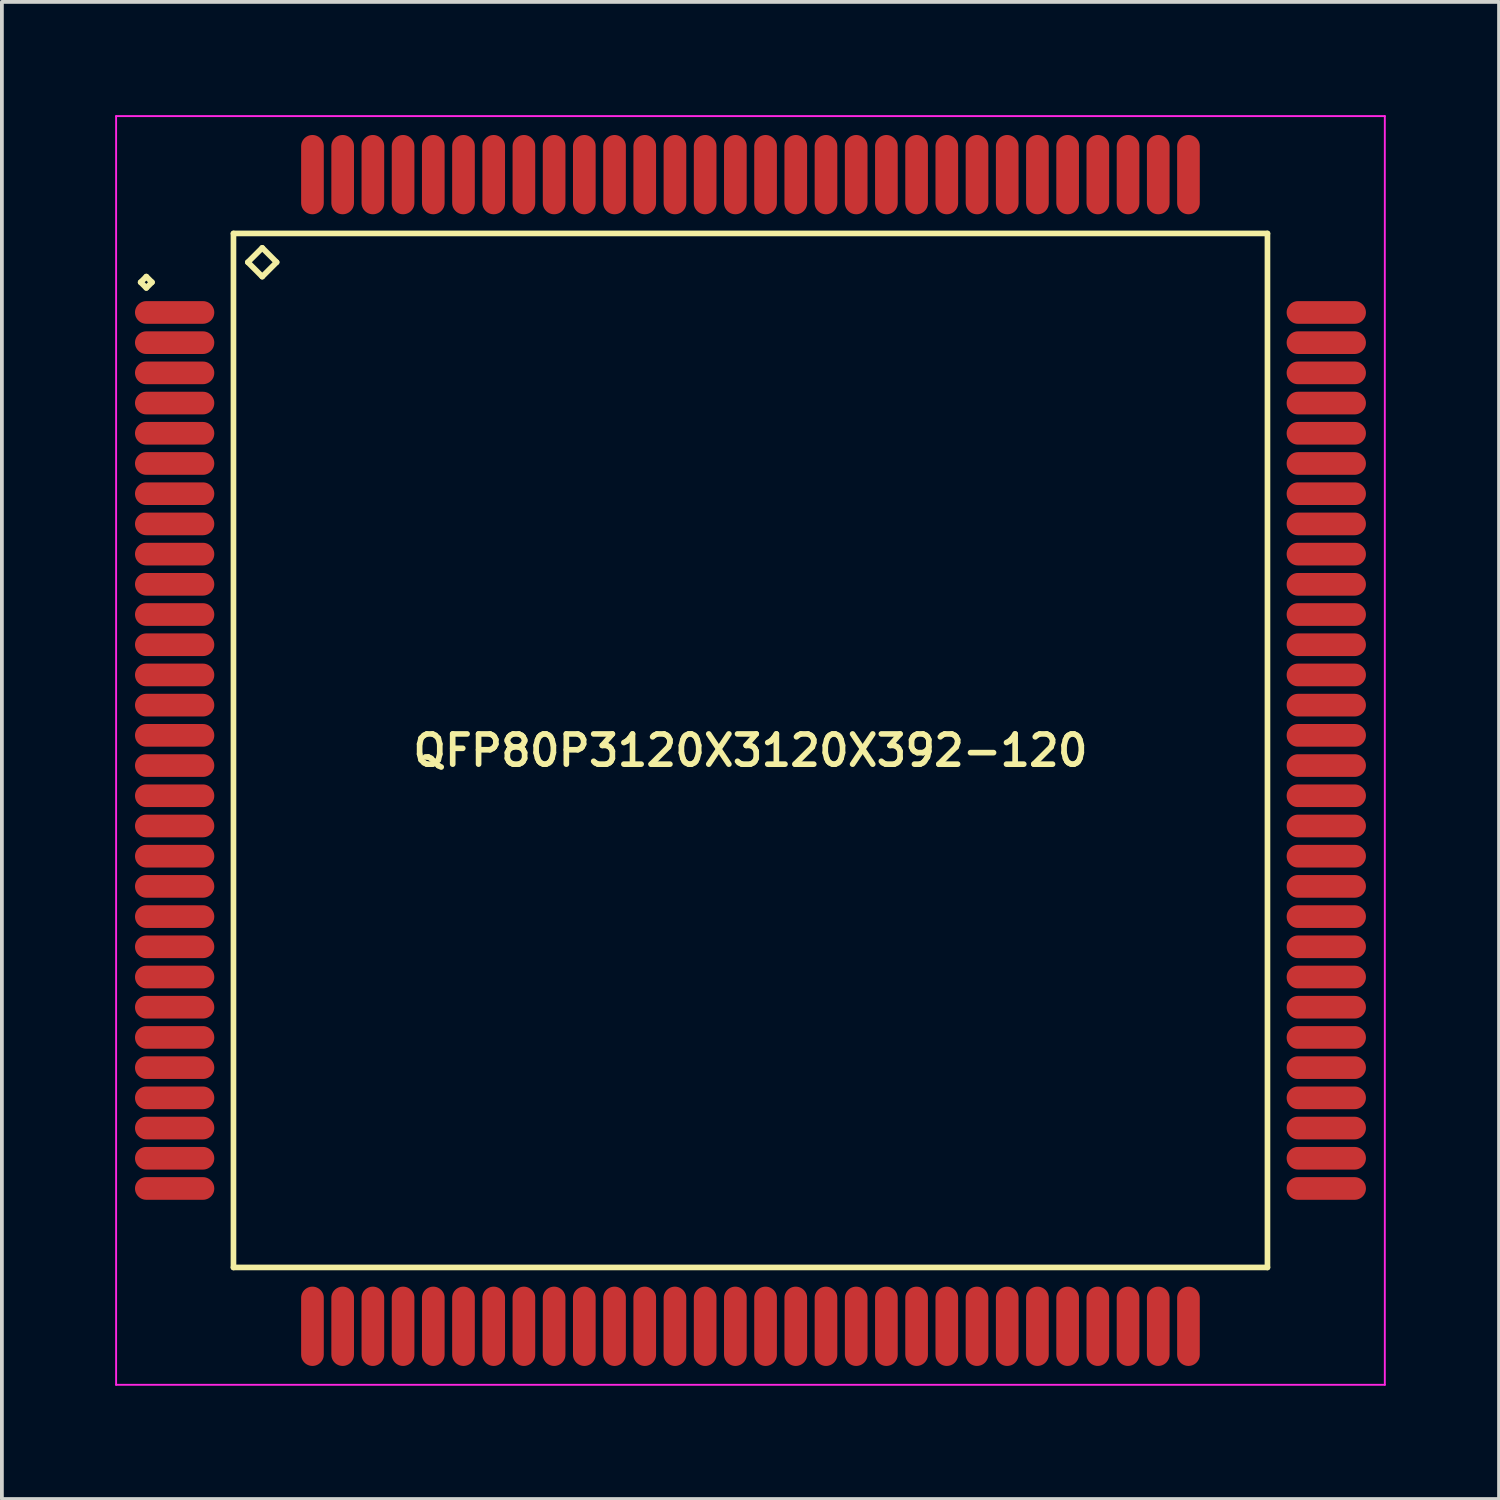
<source format=kicad_pcb>
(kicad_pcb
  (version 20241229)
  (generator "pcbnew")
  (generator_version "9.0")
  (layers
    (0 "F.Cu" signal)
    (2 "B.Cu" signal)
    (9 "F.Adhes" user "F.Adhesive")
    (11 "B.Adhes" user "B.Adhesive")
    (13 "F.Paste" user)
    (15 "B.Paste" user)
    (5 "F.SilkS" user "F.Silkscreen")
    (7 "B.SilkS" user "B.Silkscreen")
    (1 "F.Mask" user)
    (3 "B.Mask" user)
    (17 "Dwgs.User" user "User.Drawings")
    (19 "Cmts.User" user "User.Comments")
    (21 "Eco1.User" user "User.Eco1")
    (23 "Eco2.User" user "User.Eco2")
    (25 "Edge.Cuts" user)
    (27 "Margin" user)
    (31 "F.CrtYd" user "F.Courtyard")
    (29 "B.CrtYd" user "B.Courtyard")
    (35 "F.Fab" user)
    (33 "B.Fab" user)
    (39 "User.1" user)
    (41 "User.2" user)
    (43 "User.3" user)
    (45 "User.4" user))
  (footprint "QFP80P3120X3120X392-120"
    (layer "F.Cu")
    (at 16.825 16.825)
    (property "Reference" "QFP80P3120X3120X392-120" (at 0 0 0) (layer "F.SilkS") (effects (font (size 0.8 0.8) (thickness 0.15))))
    (attr smd)
    (fp_line (start -16.15 -12.4) (end -16 -12.55) (stroke (width 0.15) (type solid)) (layer "F.SilkS"))
    (fp_line (start -16 -12.55) (end -15.85 -12.4) (stroke (width 0.15) (type solid)) (layer "F.SilkS"))
    (fp_line (start -16 -12.25) (end -16.15 -12.4) (stroke (width 0.15) (type solid)) (layer "F.SilkS"))
    (fp_line (start -15.85 -12.4) (end -16 -12.25) (stroke (width 0.15) (type solid)) (layer "F.SilkS"))
    (fp_line (start -13.692 -13.692) (end -13.692 13.692) (stroke (width 0.15) (type solid)) (layer "F.SilkS"))
    (fp_line (start -13.692 13.692) (end 13.692 13.692) (stroke (width 0.15) (type solid)) (layer "F.SilkS"))
    (fp_line (start -13.311 -12.93) (end -12.93 -13.311) (stroke (width 0.15) (type solid)) (layer "F.SilkS"))
    (fp_line (start -12.93 -13.311) (end -12.549 -12.93) (stroke (width 0.15) (type solid)) (layer "F.SilkS"))
    (fp_line (start -12.93 -12.549) (end -13.311 -12.93) (stroke (width 0.15) (type solid)) (layer "F.SilkS"))
    (fp_line (start -12.549 -12.93) (end -12.93 -12.549) (stroke (width 0.15) (type solid)) (layer "F.SilkS"))
    (fp_line (start 13.692 -13.692) (end -13.692 -13.692) (stroke (width 0.15) (type solid)) (layer "F.SilkS"))
    (fp_line (start 13.692 13.692) (end 13.692 -13.692) (stroke (width 0.15) (type solid)) (layer "F.SilkS"))
    (fp_line (start -16.8 -16.8) (end 16.8 -16.8) (stroke (width 0.05) (type solid)) (layer "F.CrtYd"))
    (fp_line (start -16.8 16.8) (end -16.8 -16.8) (stroke (width 0.05) (type solid)) (layer "F.CrtYd"))
    (fp_line (start 16.8 -16.8) (end 16.8 16.8) (stroke (width 0.05) (type solid)) (layer "F.CrtYd"))
    (fp_line (start 16.8 16.8) (end -16.8 16.8) (stroke (width 0.05) (type solid)) (layer "F.CrtYd"))
    (pad "1" smd oval (at -15.25 -11.6) (size 2.1 0.6) (layers "F.Cu" "F.Mask" "F.Paste"))
    (pad "2" smd oval (at -15.25 -10.8) (size 2.1 0.6) (layers "F.Cu" "F.Mask" "F.Paste"))
    (pad "3" smd oval (at -15.25 -10) (size 2.1 0.6) (layers "F.Cu" "F.Mask" "F.Paste"))
    (pad "4" smd oval (at -15.25 -9.2) (size 2.1 0.6) (layers "F.Cu" "F.Mask" "F.Paste"))
    (pad "5" smd oval (at -15.25 -8.4) (size 2.1 0.6) (layers "F.Cu" "F.Mask" "F.Paste"))
    (pad "6" smd oval (at -15.25 -7.6) (size 2.1 0.6) (layers "F.Cu" "F.Mask" "F.Paste"))
    (pad "7" smd oval (at -15.25 -6.8) (size 2.1 0.6) (layers "F.Cu" "F.Mask" "F.Paste"))
    (pad "8" smd oval (at -15.25 -6) (size 2.1 0.6) (layers "F.Cu" "F.Mask" "F.Paste"))
    (pad "9" smd oval (at -15.25 -5.2) (size 2.1 0.6) (layers "F.Cu" "F.Mask" "F.Paste"))
    (pad "10" smd oval (at -15.25 -4.4) (size 2.1 0.6) (layers "F.Cu" "F.Mask" "F.Paste"))
    (pad "11" smd oval (at -15.25 -3.6) (size 2.1 0.6) (layers "F.Cu" "F.Mask" "F.Paste"))
    (pad "12" smd oval (at -15.25 -2.8) (size 2.1 0.6) (layers "F.Cu" "F.Mask" "F.Paste"))
    (pad "13" smd oval (at -15.25 -2) (size 2.1 0.6) (layers "F.Cu" "F.Mask" "F.Paste"))
    (pad "14" smd oval (at -15.25 -1.2) (size 2.1 0.6) (layers "F.Cu" "F.Mask" "F.Paste"))
    (pad "15" smd oval (at -15.25 -0.4) (size 2.1 0.6) (layers "F.Cu" "F.Mask" "F.Paste"))
    (pad "16" smd oval (at -15.25 0.4) (size 2.1 0.6) (layers "F.Cu" "F.Mask" "F.Paste"))
    (pad "17" smd oval (at -15.25 1.2) (size 2.1 0.6) (layers "F.Cu" "F.Mask" "F.Paste"))
    (pad "18" smd oval (at -15.25 2) (size 2.1 0.6) (layers "F.Cu" "F.Mask" "F.Paste"))
    (pad "19" smd oval (at -15.25 2.8) (size 2.1 0.6) (layers "F.Cu" "F.Mask" "F.Paste"))
    (pad "20" smd oval (at -15.25 3.6) (size 2.1 0.6) (layers "F.Cu" "F.Mask" "F.Paste"))
    (pad "21" smd oval (at -15.25 4.4) (size 2.1 0.6) (layers "F.Cu" "F.Mask" "F.Paste"))
    (pad "22" smd oval (at -15.25 5.2) (size 2.1 0.6) (layers "F.Cu" "F.Mask" "F.Paste"))
    (pad "23" smd oval (at -15.25 6) (size 2.1 0.6) (layers "F.Cu" "F.Mask" "F.Paste"))
    (pad "24" smd oval (at -15.25 6.8) (size 2.1 0.6) (layers "F.Cu" "F.Mask" "F.Paste"))
    (pad "25" smd oval (at -15.25 7.6) (size 2.1 0.6) (layers "F.Cu" "F.Mask" "F.Paste"))
    (pad "26" smd oval (at -15.25 8.4) (size 2.1 0.6) (layers "F.Cu" "F.Mask" "F.Paste"))
    (pad "27" smd oval (at -15.25 9.2) (size 2.1 0.6) (layers "F.Cu" "F.Mask" "F.Paste"))
    (pad "28" smd oval (at -15.25 10) (size 2.1 0.6) (layers "F.Cu" "F.Mask" "F.Paste"))
    (pad "29" smd oval (at -15.25 10.8) (size 2.1 0.6) (layers "F.Cu" "F.Mask" "F.Paste"))
    (pad "30" smd oval (at -15.25 11.6) (size 2.1 0.6) (layers "F.Cu" "F.Mask" "F.Paste"))
    (pad "31" smd oval (at -11.6 15.25) (size 0.6 2.1) (layers "F.Cu" "F.Mask" "F.Paste"))
    (pad "32" smd oval (at -10.8 15.25) (size 0.6 2.1) (layers "F.Cu" "F.Mask" "F.Paste"))
    (pad "33" smd oval (at -10 15.25) (size 0.6 2.1) (layers "F.Cu" "F.Mask" "F.Paste"))
    (pad "34" smd oval (at -9.2 15.25) (size 0.6 2.1) (layers "F.Cu" "F.Mask" "F.Paste"))
    (pad "35" smd oval (at -8.4 15.25) (size 0.6 2.1) (layers "F.Cu" "F.Mask" "F.Paste"))
    (pad "36" smd oval (at -7.6 15.25) (size 0.6 2.1) (layers "F.Cu" "F.Mask" "F.Paste"))
    (pad "37" smd oval (at -6.8 15.25) (size 0.6 2.1) (layers "F.Cu" "F.Mask" "F.Paste"))
    (pad "38" smd oval (at -6 15.25) (size 0.6 2.1) (layers "F.Cu" "F.Mask" "F.Paste"))
    (pad "39" smd oval (at -5.2 15.25) (size 0.6 2.1) (layers "F.Cu" "F.Mask" "F.Paste"))
    (pad "40" smd oval (at -4.4 15.25) (size 0.6 2.1) (layers "F.Cu" "F.Mask" "F.Paste"))
    (pad "41" smd oval (at -3.6 15.25) (size 0.6 2.1) (layers "F.Cu" "F.Mask" "F.Paste"))
    (pad "42" smd oval (at -2.8 15.25) (size 0.6 2.1) (layers "F.Cu" "F.Mask" "F.Paste"))
    (pad "43" smd oval (at -2 15.25) (size 0.6 2.1) (layers "F.Cu" "F.Mask" "F.Paste"))
    (pad "44" smd oval (at -1.2 15.25) (size 0.6 2.1) (layers "F.Cu" "F.Mask" "F.Paste"))
    (pad "45" smd oval (at -0.4 15.25) (size 0.6 2.1) (layers "F.Cu" "F.Mask" "F.Paste"))
    (pad "46" smd oval (at 0.4 15.25) (size 0.6 2.1) (layers "F.Cu" "F.Mask" "F.Paste"))
    (pad "47" smd oval (at 1.2 15.25) (size 0.6 2.1) (layers "F.Cu" "F.Mask" "F.Paste"))
    (pad "48" smd oval (at 2 15.25) (size 0.6 2.1) (layers "F.Cu" "F.Mask" "F.Paste"))
    (pad "49" smd oval (at 2.8 15.25) (size 0.6 2.1) (layers "F.Cu" "F.Mask" "F.Paste"))
    (pad "50" smd oval (at 3.6 15.25) (size 0.6 2.1) (layers "F.Cu" "F.Mask" "F.Paste"))
    (pad "51" smd oval (at 4.4 15.25) (size 0.6 2.1) (layers "F.Cu" "F.Mask" "F.Paste"))
    (pad "52" smd oval (at 5.2 15.25) (size 0.6 2.1) (layers "F.Cu" "F.Mask" "F.Paste"))
    (pad "53" smd oval (at 6 15.25) (size 0.6 2.1) (layers "F.Cu" "F.Mask" "F.Paste"))
    (pad "54" smd oval (at 6.8 15.25) (size 0.6 2.1) (layers "F.Cu" "F.Mask" "F.Paste"))
    (pad "55" smd oval (at 7.6 15.25) (size 0.6 2.1) (layers "F.Cu" "F.Mask" "F.Paste"))
    (pad "56" smd oval (at 8.4 15.25) (size 0.6 2.1) (layers "F.Cu" "F.Mask" "F.Paste"))
    (pad "57" smd oval (at 9.2 15.25) (size 0.6 2.1) (layers "F.Cu" "F.Mask" "F.Paste"))
    (pad "58" smd oval (at 10 15.25) (size 0.6 2.1) (layers "F.Cu" "F.Mask" "F.Paste"))
    (pad "59" smd oval (at 10.8 15.25) (size 0.6 2.1) (layers "F.Cu" "F.Mask" "F.Paste"))
    (pad "60" smd oval (at 11.6 15.25) (size 0.6 2.1) (layers "F.Cu" "F.Mask" "F.Paste"))
    (pad "61" smd oval (at 15.25 11.6) (size 2.1 0.6) (layers "F.Cu" "F.Mask" "F.Paste"))
    (pad "62" smd oval (at 15.25 10.8) (size 2.1 0.6) (layers "F.Cu" "F.Mask" "F.Paste"))
    (pad "63" smd oval (at 15.25 10) (size 2.1 0.6) (layers "F.Cu" "F.Mask" "F.Paste"))
    (pad "64" smd oval (at 15.25 9.2) (size 2.1 0.6) (layers "F.Cu" "F.Mask" "F.Paste"))
    (pad "65" smd oval (at 15.25 8.4) (size 2.1 0.6) (layers "F.Cu" "F.Mask" "F.Paste"))
    (pad "66" smd oval (at 15.25 7.6) (size 2.1 0.6) (layers "F.Cu" "F.Mask" "F.Paste"))
    (pad "67" smd oval (at 15.25 6.8) (size 2.1 0.6) (layers "F.Cu" "F.Mask" "F.Paste"))
    (pad "68" smd oval (at 15.25 6) (size 2.1 0.6) (layers "F.Cu" "F.Mask" "F.Paste"))
    (pad "69" smd oval (at 15.25 5.2) (size 2.1 0.6) (layers "F.Cu" "F.Mask" "F.Paste"))
    (pad "70" smd oval (at 15.25 4.4) (size 2.1 0.6) (layers "F.Cu" "F.Mask" "F.Paste"))
    (pad "71" smd oval (at 15.25 3.6) (size 2.1 0.6) (layers "F.Cu" "F.Mask" "F.Paste"))
    (pad "72" smd oval (at 15.25 2.8) (size 2.1 0.6) (layers "F.Cu" "F.Mask" "F.Paste"))
    (pad "73" smd oval (at 15.25 2) (size 2.1 0.6) (layers "F.Cu" "F.Mask" "F.Paste"))
    (pad "74" smd oval (at 15.25 1.2) (size 2.1 0.6) (layers "F.Cu" "F.Mask" "F.Paste"))
    (pad "75" smd oval (at 15.25 0.4) (size 2.1 0.6) (layers "F.Cu" "F.Mask" "F.Paste"))
    (pad "76" smd oval (at 15.25 -0.4) (size 2.1 0.6) (layers "F.Cu" "F.Mask" "F.Paste"))
    (pad "77" smd oval (at 15.25 -1.2) (size 2.1 0.6) (layers "F.Cu" "F.Mask" "F.Paste"))
    (pad "78" smd oval (at 15.25 -2) (size 2.1 0.6) (layers "F.Cu" "F.Mask" "F.Paste"))
    (pad "79" smd oval (at 15.25 -2.8) (size 2.1 0.6) (layers "F.Cu" "F.Mask" "F.Paste"))
    (pad "80" smd oval (at 15.25 -3.6) (size 2.1 0.6) (layers "F.Cu" "F.Mask" "F.Paste"))
    (pad "81" smd oval (at 15.25 -4.4) (size 2.1 0.6) (layers "F.Cu" "F.Mask" "F.Paste"))
    (pad "82" smd oval (at 15.25 -5.2) (size 2.1 0.6) (layers "F.Cu" "F.Mask" "F.Paste"))
    (pad "83" smd oval (at 15.25 -6) (size 2.1 0.6) (layers "F.Cu" "F.Mask" "F.Paste"))
    (pad "84" smd oval (at 15.25 -6.8) (size 2.1 0.6) (layers "F.Cu" "F.Mask" "F.Paste"))
    (pad "85" smd oval (at 15.25 -7.6) (size 2.1 0.6) (layers "F.Cu" "F.Mask" "F.Paste"))
    (pad "86" smd oval (at 15.25 -8.4) (size 2.1 0.6) (layers "F.Cu" "F.Mask" "F.Paste"))
    (pad "87" smd oval (at 15.25 -9.2) (size 2.1 0.6) (layers "F.Cu" "F.Mask" "F.Paste"))
    (pad "88" smd oval (at 15.25 -10) (size 2.1 0.6) (layers "F.Cu" "F.Mask" "F.Paste"))
    (pad "89" smd oval (at 15.25 -10.8) (size 2.1 0.6) (layers "F.Cu" "F.Mask" "F.Paste"))
    (pad "90" smd oval (at 15.25 -11.6) (size 2.1 0.6) (layers "F.Cu" "F.Mask" "F.Paste"))
    (pad "91" smd oval (at 11.6 -15.25) (size 0.6 2.1) (layers "F.Cu" "F.Mask" "F.Paste"))
    (pad "92" smd oval (at 10.8 -15.25) (size 0.6 2.1) (layers "F.Cu" "F.Mask" "F.Paste"))
    (pad "93" smd oval (at 10 -15.25) (size 0.6 2.1) (layers "F.Cu" "F.Mask" "F.Paste"))
    (pad "94" smd oval (at 9.2 -15.25) (size 0.6 2.1) (layers "F.Cu" "F.Mask" "F.Paste"))
    (pad "95" smd oval (at 8.4 -15.25) (size 0.6 2.1) (layers "F.Cu" "F.Mask" "F.Paste"))
    (pad "96" smd oval (at 7.6 -15.25) (size 0.6 2.1) (layers "F.Cu" "F.Mask" "F.Paste"))
    (pad "97" smd oval (at 6.8 -15.25) (size 0.6 2.1) (layers "F.Cu" "F.Mask" "F.Paste"))
    (pad "98" smd oval (at 6 -15.25) (size 0.6 2.1) (layers "F.Cu" "F.Mask" "F.Paste"))
    (pad "99" smd oval (at 5.2 -15.25) (size 0.6 2.1) (layers "F.Cu" "F.Mask" "F.Paste"))
    (pad "100" smd oval (at 4.4 -15.25) (size 0.6 2.1) (layers "F.Cu" "F.Mask" "F.Paste"))
    (pad "101" smd oval (at 3.6 -15.25) (size 0.6 2.1) (layers "F.Cu" "F.Mask" "F.Paste"))
    (pad "102" smd oval (at 2.8 -15.25) (size 0.6 2.1) (layers "F.Cu" "F.Mask" "F.Paste"))
    (pad "103" smd oval (at 2 -15.25) (size 0.6 2.1) (layers "F.Cu" "F.Mask" "F.Paste"))
    (pad "104" smd oval (at 1.2 -15.25) (size 0.6 2.1) (layers "F.Cu" "F.Mask" "F.Paste"))
    (pad "105" smd oval (at 0.4 -15.25) (size 0.6 2.1) (layers "F.Cu" "F.Mask" "F.Paste"))
    (pad "106" smd oval (at -0.4 -15.25) (size 0.6 2.1) (layers "F.Cu" "F.Mask" "F.Paste"))
    (pad "107" smd oval (at -1.2 -15.25) (size 0.6 2.1) (layers "F.Cu" "F.Mask" "F.Paste"))
    (pad "108" smd oval (at -2 -15.25) (size 0.6 2.1) (layers "F.Cu" "F.Mask" "F.Paste"))
    (pad "109" smd oval (at -2.8 -15.25) (size 0.6 2.1) (layers "F.Cu" "F.Mask" "F.Paste"))
    (pad "110" smd oval (at -3.6 -15.25) (size 0.6 2.1) (layers "F.Cu" "F.Mask" "F.Paste"))
    (pad "111" smd oval (at -4.4 -15.25) (size 0.6 2.1) (layers "F.Cu" "F.Mask" "F.Paste"))
    (pad "112" smd oval (at -5.2 -15.25) (size 0.6 2.1) (layers "F.Cu" "F.Mask" "F.Paste"))
    (pad "113" smd oval (at -6 -15.25) (size 0.6 2.1) (layers "F.Cu" "F.Mask" "F.Paste"))
    (pad "114" smd oval (at -6.8 -15.25) (size 0.6 2.1) (layers "F.Cu" "F.Mask" "F.Paste"))
    (pad "115" smd oval (at -7.6 -15.25) (size 0.6 2.1) (layers "F.Cu" "F.Mask" "F.Paste"))
    (pad "116" smd oval (at -8.4 -15.25) (size 0.6 2.1) (layers "F.Cu" "F.Mask" "F.Paste"))
    (pad "117" smd oval (at -9.2 -15.25) (size 0.6 2.1) (layers "F.Cu" "F.Mask" "F.Paste"))
    (pad "118" smd oval (at -10 -15.25) (size 0.6 2.1) (layers "F.Cu" "F.Mask" "F.Paste"))
    (pad "119" smd oval (at -10.8 -15.25) (size 0.6 2.1) (layers "F.Cu" "F.Mask" "F.Paste"))
    (pad "120" smd oval (at -11.6 -15.25) (size 0.6 2.1) (layers "F.Cu" "F.Mask" "F.Paste")))
  (gr_rect
    (start -3 -3)
    (end 36.65 36.65)
    (stroke (width 0.1) (type default))
    (fill no)
    (layer "Edge.Cuts")))
</source>
